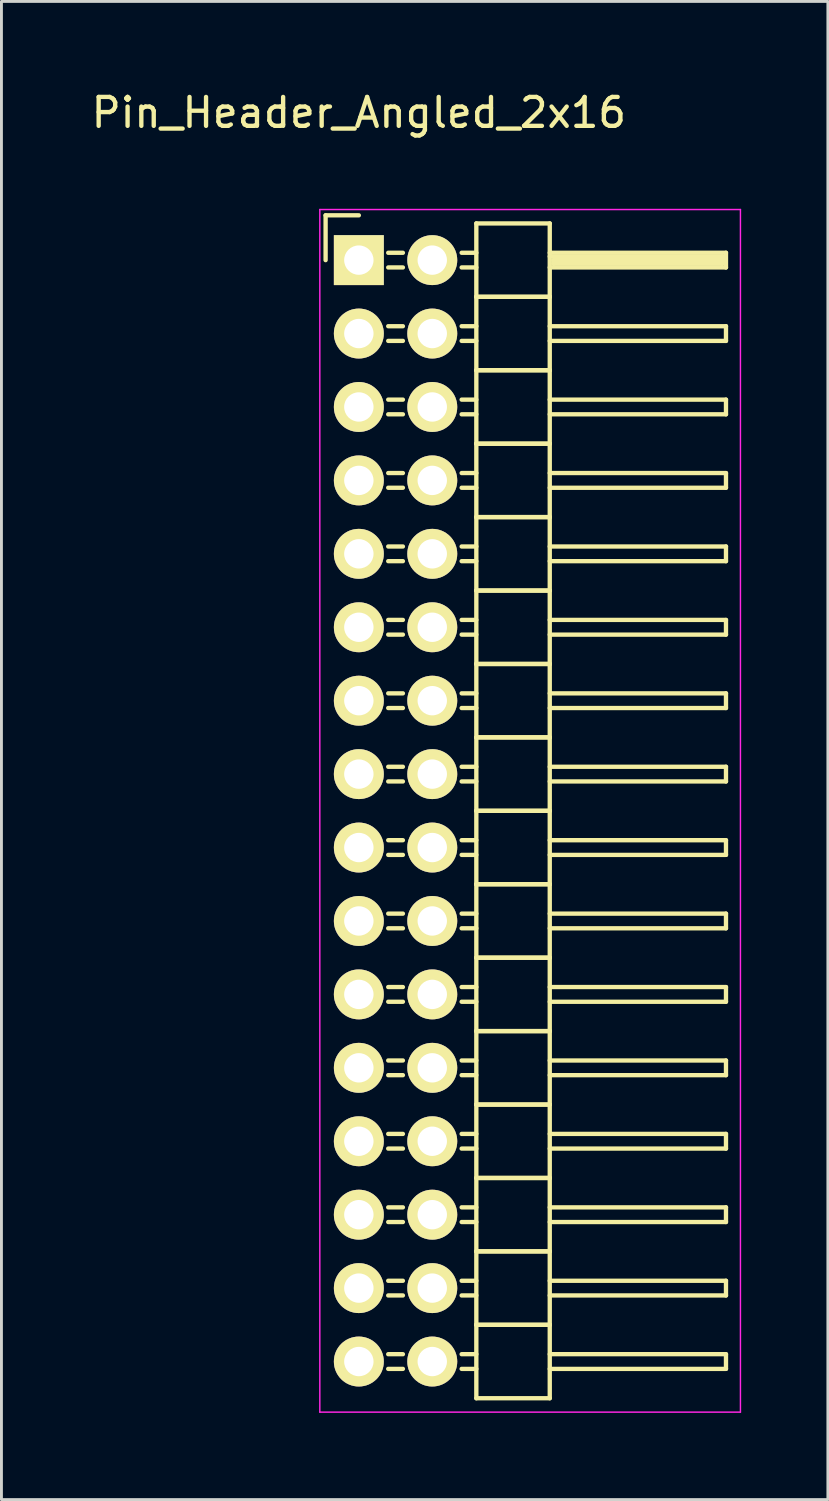
<source format=kicad_pcb>
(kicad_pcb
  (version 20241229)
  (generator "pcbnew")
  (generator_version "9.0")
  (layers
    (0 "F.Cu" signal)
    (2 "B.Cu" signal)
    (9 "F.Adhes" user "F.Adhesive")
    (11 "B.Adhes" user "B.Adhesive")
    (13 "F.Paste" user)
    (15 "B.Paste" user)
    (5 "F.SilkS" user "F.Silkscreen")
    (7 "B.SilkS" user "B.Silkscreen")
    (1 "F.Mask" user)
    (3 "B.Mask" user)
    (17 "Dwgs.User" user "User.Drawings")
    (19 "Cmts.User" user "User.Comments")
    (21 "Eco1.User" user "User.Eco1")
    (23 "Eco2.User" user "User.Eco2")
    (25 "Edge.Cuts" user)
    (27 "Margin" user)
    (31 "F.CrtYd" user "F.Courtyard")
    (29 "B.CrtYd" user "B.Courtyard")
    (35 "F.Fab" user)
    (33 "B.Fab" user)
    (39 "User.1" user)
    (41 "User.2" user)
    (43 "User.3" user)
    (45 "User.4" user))
  (footprint "Pin_Header_Angled_2x16"
    (layer "F.Cu")
    (at 9.363 5.948)
    (property "Reference" "Pin_Header_Angled_2x16" (at 0 -5.1 0) (layer "F.SilkS") (effects (font (size 1 1) (thickness 0.15))))
    (attr through_hole)
    (fp_line (start -1.15 -1.55) (end -1.15 0) (stroke (width 0.15) (type solid)) (layer "F.SilkS"))
    (fp_line (start 0 -1.55) (end -1.15 -1.55) (stroke (width 0.15) (type solid)) (layer "F.SilkS"))
    (fp_line (start 1.524 -0.254) (end 1.016 -0.254) (stroke (width 0.15) (type solid)) (layer "F.SilkS"))
    (fp_line (start 1.524 0.254) (end 1.016 0.254) (stroke (width 0.15) (type solid)) (layer "F.SilkS"))
    (fp_line (start 1.524 2.286) (end 1.016 2.286) (stroke (width 0.15) (type solid)) (layer "F.SilkS"))
    (fp_line (start 1.524 2.794) (end 1.016 2.794) (stroke (width 0.15) (type solid)) (layer "F.SilkS"))
    (fp_line (start 1.524 4.826) (end 1.016 4.826) (stroke (width 0.15) (type solid)) (layer "F.SilkS"))
    (fp_line (start 1.524 5.334) (end 1.016 5.334) (stroke (width 0.15) (type solid)) (layer "F.SilkS"))
    (fp_line (start 1.524 7.366) (end 1.016 7.366) (stroke (width 0.15) (type solid)) (layer "F.SilkS"))
    (fp_line (start 1.524 7.874) (end 1.016 7.874) (stroke (width 0.15) (type solid)) (layer "F.SilkS"))
    (fp_line (start 1.524 9.906) (end 1.016 9.906) (stroke (width 0.15) (type solid)) (layer "F.SilkS"))
    (fp_line (start 1.524 10.414) (end 1.016 10.414) (stroke (width 0.15) (type solid)) (layer "F.SilkS"))
    (fp_line (start 1.524 12.446) (end 1.016 12.446) (stroke (width 0.15) (type solid)) (layer "F.SilkS"))
    (fp_line (start 1.524 12.954) (end 1.016 12.954) (stroke (width 0.15) (type solid)) (layer "F.SilkS"))
    (fp_line (start 1.524 14.986) (end 1.016 14.986) (stroke (width 0.15) (type solid)) (layer "F.SilkS"))
    (fp_line (start 1.524 15.494) (end 1.016 15.494) (stroke (width 0.15) (type solid)) (layer "F.SilkS"))
    (fp_line (start 1.524 17.526) (end 1.016 17.526) (stroke (width 0.15) (type solid)) (layer "F.SilkS"))
    (fp_line (start 1.524 18.034) (end 1.016 18.034) (stroke (width 0.15) (type solid)) (layer "F.SilkS"))
    (fp_line (start 1.524 20.066) (end 1.016 20.066) (stroke (width 0.15) (type solid)) (layer "F.SilkS"))
    (fp_line (start 1.524 20.574) (end 1.016 20.574) (stroke (width 0.15) (type solid)) (layer "F.SilkS"))
    (fp_line (start 1.524 22.606) (end 1.016 22.606) (stroke (width 0.15) (type solid)) (layer "F.SilkS"))
    (fp_line (start 1.524 23.114) (end 1.016 23.114) (stroke (width 0.15) (type solid)) (layer "F.SilkS"))
    (fp_line (start 1.524 25.146) (end 1.016 25.146) (stroke (width 0.15) (type solid)) (layer "F.SilkS"))
    (fp_line (start 1.524 25.654) (end 1.016 25.654) (stroke (width 0.15) (type solid)) (layer "F.SilkS"))
    (fp_line (start 1.524 27.686) (end 1.016 27.686) (stroke (width 0.15) (type solid)) (layer "F.SilkS"))
    (fp_line (start 1.524 28.194) (end 1.016 28.194) (stroke (width 0.15) (type solid)) (layer "F.SilkS"))
    (fp_line (start 1.524 30.226) (end 1.016 30.226) (stroke (width 0.15) (type solid)) (layer "F.SilkS"))
    (fp_line (start 1.524 30.734) (end 1.016 30.734) (stroke (width 0.15) (type solid)) (layer "F.SilkS"))
    (fp_line (start 1.524 32.766) (end 1.016 32.766) (stroke (width 0.15) (type solid)) (layer "F.SilkS"))
    (fp_line (start 1.524 33.274) (end 1.016 33.274) (stroke (width 0.15) (type solid)) (layer "F.SilkS"))
    (fp_line (start 1.524 35.306) (end 1.016 35.306) (stroke (width 0.15) (type solid)) (layer "F.SilkS"))
    (fp_line (start 1.524 35.814) (end 1.016 35.814) (stroke (width 0.15) (type solid)) (layer "F.SilkS"))
    (fp_line (start 1.524 37.846) (end 1.016 37.846) (stroke (width 0.15) (type solid)) (layer "F.SilkS"))
    (fp_line (start 1.524 38.354) (end 1.016 38.354) (stroke (width 0.15) (type solid)) (layer "F.SilkS"))
    (fp_line (start 4.064 -1.27) (end 4.064 1.27) (stroke (width 0.15) (type solid)) (layer "F.SilkS"))
    (fp_line (start 4.064 -1.27) (end 6.604 -1.27) (stroke (width 0.15) (type solid)) (layer "F.SilkS"))
    (fp_line (start 4.064 -0.254) (end 3.556 -0.254) (stroke (width 0.15) (type solid)) (layer "F.SilkS"))
    (fp_line (start 4.064 0.254) (end 3.556 0.254) (stroke (width 0.15) (type solid)) (layer "F.SilkS"))
    (fp_line (start 4.064 1.27) (end 4.064 3.81) (stroke (width 0.15) (type solid)) (layer "F.SilkS"))
    (fp_line (start 4.064 1.27) (end 6.604 1.27) (stroke (width 0.15) (type solid)) (layer "F.SilkS"))
    (fp_line (start 4.064 1.27) (end 6.604 1.27) (stroke (width 0.15) (type solid)) (layer "F.SilkS"))
    (fp_line (start 4.064 2.286) (end 3.556 2.286) (stroke (width 0.15) (type solid)) (layer "F.SilkS"))
    (fp_line (start 4.064 2.794) (end 3.556 2.794) (stroke (width 0.15) (type solid)) (layer "F.SilkS"))
    (fp_line (start 4.064 3.81) (end 4.064 6.35) (stroke (width 0.15) (type solid)) (layer "F.SilkS"))
    (fp_line (start 4.064 3.81) (end 6.604 3.81) (stroke (width 0.15) (type solid)) (layer "F.SilkS"))
    (fp_line (start 4.064 3.81) (end 6.604 3.81) (stroke (width 0.15) (type solid)) (layer "F.SilkS"))
    (fp_line (start 4.064 4.826) (end 3.556 4.826) (stroke (width 0.15) (type solid)) (layer "F.SilkS"))
    (fp_line (start 4.064 5.334) (end 3.556 5.334) (stroke (width 0.15) (type solid)) (layer "F.SilkS"))
    (fp_line (start 4.064 6.35) (end 4.064 8.89) (stroke (width 0.15) (type solid)) (layer "F.SilkS"))
    (fp_line (start 4.064 6.35) (end 6.604 6.35) (stroke (width 0.15) (type solid)) (layer "F.SilkS"))
    (fp_line (start 4.064 6.35) (end 6.604 6.35) (stroke (width 0.15) (type solid)) (layer "F.SilkS"))
    (fp_line (start 4.064 7.366) (end 3.556 7.366) (stroke (width 0.15) (type solid)) (layer "F.SilkS"))
    (fp_line (start 4.064 7.874) (end 3.556 7.874) (stroke (width 0.15) (type solid)) (layer "F.SilkS"))
    (fp_line (start 4.064 8.89) (end 4.064 11.43) (stroke (width 0.15) (type solid)) (layer "F.SilkS"))
    (fp_line (start 4.064 8.89) (end 6.604 8.89) (stroke (width 0.15) (type solid)) (layer "F.SilkS"))
    (fp_line (start 4.064 8.89) (end 6.604 8.89) (stroke (width 0.15) (type solid)) (layer "F.SilkS"))
    (fp_line (start 4.064 9.906) (end 3.556 9.906) (stroke (width 0.15) (type solid)) (layer "F.SilkS"))
    (fp_line (start 4.064 10.414) (end 3.556 10.414) (stroke (width 0.15) (type solid)) (layer "F.SilkS"))
    (fp_line (start 4.064 11.43) (end 4.064 13.97) (stroke (width 0.15) (type solid)) (layer "F.SilkS"))
    (fp_line (start 4.064 11.43) (end 6.604 11.43) (stroke (width 0.15) (type solid)) (layer "F.SilkS"))
    (fp_line (start 4.064 11.43) (end 6.604 11.43) (stroke (width 0.15) (type solid)) (layer "F.SilkS"))
    (fp_line (start 4.064 12.446) (end 3.556 12.446) (stroke (width 0.15) (type solid)) (layer "F.SilkS"))
    (fp_line (start 4.064 12.954) (end 3.556 12.954) (stroke (width 0.15) (type solid)) (layer "F.SilkS"))
    (fp_line (start 4.064 13.97) (end 4.064 16.51) (stroke (width 0.15) (type solid)) (layer "F.SilkS"))
    (fp_line (start 4.064 13.97) (end 6.604 13.97) (stroke (width 0.15) (type solid)) (layer "F.SilkS"))
    (fp_line (start 4.064 13.97) (end 6.604 13.97) (stroke (width 0.15) (type solid)) (layer "F.SilkS"))
    (fp_line (start 4.064 14.986) (end 3.556 14.986) (stroke (width 0.15) (type solid)) (layer "F.SilkS"))
    (fp_line (start 4.064 15.494) (end 3.556 15.494) (stroke (width 0.15) (type solid)) (layer "F.SilkS"))
    (fp_line (start 4.064 16.51) (end 4.064 19.05) (stroke (width 0.15) (type solid)) (layer "F.SilkS"))
    (fp_line (start 4.064 16.51) (end 6.604 16.51) (stroke (width 0.15) (type solid)) (layer "F.SilkS"))
    (fp_line (start 4.064 16.51) (end 6.604 16.51) (stroke (width 0.15) (type solid)) (layer "F.SilkS"))
    (fp_line (start 4.064 17.526) (end 3.556 17.526) (stroke (width 0.15) (type solid)) (layer "F.SilkS"))
    (fp_line (start 4.064 18.034) (end 3.556 18.034) (stroke (width 0.15) (type solid)) (layer "F.SilkS"))
    (fp_line (start 4.064 19.05) (end 4.064 21.59) (stroke (width 0.15) (type solid)) (layer "F.SilkS"))
    (fp_line (start 4.064 19.05) (end 6.604 19.05) (stroke (width 0.15) (type solid)) (layer "F.SilkS"))
    (fp_line (start 4.064 19.05) (end 6.604 19.05) (stroke (width 0.15) (type solid)) (layer "F.SilkS"))
    (fp_line (start 4.064 20.066) (end 3.556 20.066) (stroke (width 0.15) (type solid)) (layer "F.SilkS"))
    (fp_line (start 4.064 20.574) (end 3.556 20.574) (stroke (width 0.15) (type solid)) (layer "F.SilkS"))
    (fp_line (start 4.064 21.59) (end 4.064 24.13) (stroke (width 0.15) (type solid)) (layer "F.SilkS"))
    (fp_line (start 4.064 21.59) (end 6.604 21.59) (stroke (width 0.15) (type solid)) (layer "F.SilkS"))
    (fp_line (start 4.064 21.59) (end 6.604 21.59) (stroke (width 0.15) (type solid)) (layer "F.SilkS"))
    (fp_line (start 4.064 22.606) (end 3.556 22.606) (stroke (width 0.15) (type solid)) (layer "F.SilkS"))
    (fp_line (start 4.064 23.114) (end 3.556 23.114) (stroke (width 0.15) (type solid)) (layer "F.SilkS"))
    (fp_line (start 4.064 24.13) (end 4.064 26.67) (stroke (width 0.15) (type solid)) (layer "F.SilkS"))
    (fp_line (start 4.064 24.13) (end 6.604 24.13) (stroke (width 0.15) (type solid)) (layer "F.SilkS"))
    (fp_line (start 4.064 24.13) (end 6.604 24.13) (stroke (width 0.15) (type solid)) (layer "F.SilkS"))
    (fp_line (start 4.064 25.146) (end 3.556 25.146) (stroke (width 0.15) (type solid)) (layer "F.SilkS"))
    (fp_line (start 4.064 25.654) (end 3.556 25.654) (stroke (width 0.15) (type solid)) (layer "F.SilkS"))
    (fp_line (start 4.064 26.67) (end 4.064 29.21) (stroke (width 0.15) (type solid)) (layer "F.SilkS"))
    (fp_line (start 4.064 26.67) (end 6.604 26.67) (stroke (width 0.15) (type solid)) (layer "F.SilkS"))
    (fp_line (start 4.064 26.67) (end 6.604 26.67) (stroke (width 0.15) (type solid)) (layer "F.SilkS"))
    (fp_line (start 4.064 27.686) (end 3.556 27.686) (stroke (width 0.15) (type solid)) (layer "F.SilkS"))
    (fp_line (start 4.064 28.194) (end 3.556 28.194) (stroke (width 0.15) (type solid)) (layer "F.SilkS"))
    (fp_line (start 4.064 29.21) (end 4.064 31.75) (stroke (width 0.15) (type solid)) (layer "F.SilkS"))
    (fp_line (start 4.064 29.21) (end 6.604 29.21) (stroke (width 0.15) (type solid)) (layer "F.SilkS"))
    (fp_line (start 4.064 29.21) (end 6.604 29.21) (stroke (width 0.15) (type solid)) (layer "F.SilkS"))
    (fp_line (start 4.064 30.226) (end 3.556 30.226) (stroke (width 0.15) (type solid)) (layer "F.SilkS"))
    (fp_line (start 4.064 30.734) (end 3.556 30.734) (stroke (width 0.15) (type solid)) (layer "F.SilkS"))
    (fp_line (start 4.064 31.75) (end 4.064 34.29) (stroke (width 0.15) (type solid)) (layer "F.SilkS"))
    (fp_line (start 4.064 31.75) (end 6.604 31.75) (stroke (width 0.15) (type solid)) (layer "F.SilkS"))
    (fp_line (start 4.064 31.75) (end 6.604 31.75) (stroke (width 0.15) (type solid)) (layer "F.SilkS"))
    (fp_line (start 4.064 32.766) (end 3.556 32.766) (stroke (width 0.15) (type solid)) (layer "F.SilkS"))
    (fp_line (start 4.064 33.274) (end 3.556 33.274) (stroke (width 0.15) (type solid)) (layer "F.SilkS"))
    (fp_line (start 4.064 34.29) (end 4.064 36.83) (stroke (width 0.15) (type solid)) (layer "F.SilkS"))
    (fp_line (start 4.064 34.29) (end 6.604 34.29) (stroke (width 0.15) (type solid)) (layer "F.SilkS"))
    (fp_line (start 4.064 34.29) (end 6.604 34.29) (stroke (width 0.15) (type solid)) (layer "F.SilkS"))
    (fp_line (start 4.064 35.306) (end 3.556 35.306) (stroke (width 0.15) (type solid)) (layer "F.SilkS"))
    (fp_line (start 4.064 35.814) (end 3.556 35.814) (stroke (width 0.15) (type solid)) (layer "F.SilkS"))
    (fp_line (start 4.064 36.83) (end 4.064 39.37) (stroke (width 0.15) (type solid)) (layer "F.SilkS"))
    (fp_line (start 4.064 36.83) (end 6.604 36.83) (stroke (width 0.15) (type solid)) (layer "F.SilkS"))
    (fp_line (start 4.064 36.83) (end 6.604 36.83) (stroke (width 0.15) (type solid)) (layer "F.SilkS"))
    (fp_line (start 4.064 37.846) (end 3.556 37.846) (stroke (width 0.15) (type solid)) (layer "F.SilkS"))
    (fp_line (start 4.064 38.354) (end 3.556 38.354) (stroke (width 0.15) (type solid)) (layer "F.SilkS"))
    (fp_line (start 4.064 39.37) (end 6.604 39.37) (stroke (width 0.15) (type solid)) (layer "F.SilkS"))
    (fp_line (start 6.604 -0.254) (end 12.7 -0.254) (stroke (width 0.15) (type solid)) (layer "F.SilkS"))
    (fp_line (start 6.604 -0.127) (end 12.573 -0.127) (stroke (width 0.15) (type solid)) (layer "F.SilkS"))
    (fp_line (start 6.604 1.27) (end 6.604 -1.27) (stroke (width 0.15) (type solid)) (layer "F.SilkS"))
    (fp_line (start 6.604 2.286) (end 12.7 2.286) (stroke (width 0.15) (type solid)) (layer "F.SilkS"))
    (fp_line (start 6.604 3.81) (end 6.604 1.27) (stroke (width 0.15) (type solid)) (layer "F.SilkS"))
    (fp_line (start 6.604 4.826) (end 12.7 4.826) (stroke (width 0.15) (type solid)) (layer "F.SilkS"))
    (fp_line (start 6.604 6.35) (end 6.604 3.81) (stroke (width 0.15) (type solid)) (layer "F.SilkS"))
    (fp_line (start 6.604 7.366) (end 12.7 7.366) (stroke (width 0.15) (type solid)) (layer "F.SilkS"))
    (fp_line (start 6.604 8.89) (end 6.604 6.35) (stroke (width 0.15) (type solid)) (layer "F.SilkS"))
    (fp_line (start 6.604 9.906) (end 12.7 9.906) (stroke (width 0.15) (type solid)) (layer "F.SilkS"))
    (fp_line (start 6.604 11.43) (end 6.604 8.89) (stroke (width 0.15) (type solid)) (layer "F.SilkS"))
    (fp_line (start 6.604 12.446) (end 12.7 12.446) (stroke (width 0.15) (type solid)) (layer "F.SilkS"))
    (fp_line (start 6.604 13.97) (end 6.604 11.43) (stroke (width 0.15) (type solid)) (layer "F.SilkS"))
    (fp_line (start 6.604 14.986) (end 12.7 14.986) (stroke (width 0.15) (type solid)) (layer "F.SilkS"))
    (fp_line (start 6.604 16.51) (end 6.604 13.97) (stroke (width 0.15) (type solid)) (layer "F.SilkS"))
    (fp_line (start 6.604 17.526) (end 12.7 17.526) (stroke (width 0.15) (type solid)) (layer "F.SilkS"))
    (fp_line (start 6.604 19.05) (end 6.604 16.51) (stroke (width 0.15) (type solid)) (layer "F.SilkS"))
    (fp_line (start 6.604 20.066) (end 12.7 20.066) (stroke (width 0.15) (type solid)) (layer "F.SilkS"))
    (fp_line (start 6.604 21.59) (end 6.604 19.05) (stroke (width 0.15) (type solid)) (layer "F.SilkS"))
    (fp_line (start 6.604 22.606) (end 12.7 22.606) (stroke (width 0.15) (type solid)) (layer "F.SilkS"))
    (fp_line (start 6.604 24.13) (end 6.604 21.59) (stroke (width 0.15) (type solid)) (layer "F.SilkS"))
    (fp_line (start 6.604 25.146) (end 12.7 25.146) (stroke (width 0.15) (type solid)) (layer "F.SilkS"))
    (fp_line (start 6.604 26.67) (end 6.604 24.13) (stroke (width 0.15) (type solid)) (layer "F.SilkS"))
    (fp_line (start 6.604 27.686) (end 12.7 27.686) (stroke (width 0.15) (type solid)) (layer "F.SilkS"))
    (fp_line (start 6.604 29.21) (end 6.604 26.67) (stroke (width 0.15) (type solid)) (layer "F.SilkS"))
    (fp_line (start 6.604 30.226) (end 12.7 30.226) (stroke (width 0.15) (type solid)) (layer "F.SilkS"))
    (fp_line (start 6.604 31.75) (end 6.604 29.21) (stroke (width 0.15) (type solid)) (layer "F.SilkS"))
    (fp_line (start 6.604 32.766) (end 12.7 32.766) (stroke (width 0.15) (type solid)) (layer "F.SilkS"))
    (fp_line (start 6.604 34.29) (end 6.604 31.75) (stroke (width 0.15) (type solid)) (layer "F.SilkS"))
    (fp_line (start 6.604 35.306) (end 12.7 35.306) (stroke (width 0.15) (type solid)) (layer "F.SilkS"))
    (fp_line (start 6.604 36.83) (end 6.604 34.29) (stroke (width 0.15) (type solid)) (layer "F.SilkS"))
    (fp_line (start 6.604 37.846) (end 12.7 37.846) (stroke (width 0.15) (type solid)) (layer "F.SilkS"))
    (fp_line (start 6.604 39.37) (end 6.604 36.83) (stroke (width 0.15) (type solid)) (layer "F.SilkS"))
    (fp_line (start 6.731 0) (end 12.573 0) (stroke (width 0.15) (type solid)) (layer "F.SilkS"))
    (fp_line (start 6.731 0.127) (end 6.731 0) (stroke (width 0.15) (type solid)) (layer "F.SilkS"))
    (fp_line (start 12.573 -0.127) (end 12.573 0.127) (stroke (width 0.15) (type solid)) (layer "F.SilkS"))
    (fp_line (start 12.573 0.127) (end 6.731 0.127) (stroke (width 0.15) (type solid)) (layer "F.SilkS"))
    (fp_line (start 12.7 -0.254) (end 12.7 0.254) (stroke (width 0.15) (type solid)) (layer "F.SilkS"))
    (fp_line (start 12.7 0.254) (end 6.604 0.254) (stroke (width 0.15) (type solid)) (layer "F.SilkS"))
    (fp_line (start 12.7 2.286) (end 12.7 2.794) (stroke (width 0.15) (type solid)) (layer "F.SilkS"))
    (fp_line (start 12.7 2.794) (end 6.604 2.794) (stroke (width 0.15) (type solid)) (layer "F.SilkS"))
    (fp_line (start 12.7 4.826) (end 12.7 5.334) (stroke (width 0.15) (type solid)) (layer "F.SilkS"))
    (fp_line (start 12.7 5.334) (end 6.604 5.334) (stroke (width 0.15) (type solid)) (layer "F.SilkS"))
    (fp_line (start 12.7 7.366) (end 12.7 7.874) (stroke (width 0.15) (type solid)) (layer "F.SilkS"))
    (fp_line (start 12.7 7.874) (end 6.604 7.874) (stroke (width 0.15) (type solid)) (layer "F.SilkS"))
    (fp_line (start 12.7 9.906) (end 12.7 10.414) (stroke (width 0.15) (type solid)) (layer "F.SilkS"))
    (fp_line (start 12.7 10.414) (end 6.604 10.414) (stroke (width 0.15) (type solid)) (layer "F.SilkS"))
    (fp_line (start 12.7 12.446) (end 12.7 12.954) (stroke (width 0.15) (type solid)) (layer "F.SilkS"))
    (fp_line (start 12.7 12.954) (end 6.604 12.954) (stroke (width 0.15) (type solid)) (layer "F.SilkS"))
    (fp_line (start 12.7 14.986) (end 12.7 15.494) (stroke (width 0.15) (type solid)) (layer "F.SilkS"))
    (fp_line (start 12.7 15.494) (end 6.604 15.494) (stroke (width 0.15) (type solid)) (layer "F.SilkS"))
    (fp_line (start 12.7 17.526) (end 12.7 18.034) (stroke (width 0.15) (type solid)) (layer "F.SilkS"))
    (fp_line (start 12.7 18.034) (end 6.604 18.034) (stroke (width 0.15) (type solid)) (layer "F.SilkS"))
    (fp_line (start 12.7 20.066) (end 12.7 20.574) (stroke (width 0.15) (type solid)) (layer "F.SilkS"))
    (fp_line (start 12.7 20.574) (end 6.604 20.574) (stroke (width 0.15) (type solid)) (layer "F.SilkS"))
    (fp_line (start 12.7 22.606) (end 12.7 23.114) (stroke (width 0.15) (type solid)) (layer "F.SilkS"))
    (fp_line (start 12.7 23.114) (end 6.604 23.114) (stroke (width 0.15) (type solid)) (layer "F.SilkS"))
    (fp_line (start 12.7 25.146) (end 12.7 25.654) (stroke (width 0.15) (type solid)) (layer "F.SilkS"))
    (fp_line (start 12.7 25.654) (end 6.604 25.654) (stroke (width 0.15) (type solid)) (layer "F.SilkS"))
    (fp_line (start 12.7 27.686) (end 12.7 28.194) (stroke (width 0.15) (type solid)) (layer "F.SilkS"))
    (fp_line (start 12.7 28.194) (end 6.604 28.194) (stroke (width 0.15) (type solid)) (layer "F.SilkS"))
    (fp_line (start 12.7 30.226) (end 12.7 30.734) (stroke (width 0.15) (type solid)) (layer "F.SilkS"))
    (fp_line (start 12.7 30.734) (end 6.604 30.734) (stroke (width 0.15) (type solid)) (layer "F.SilkS"))
    (fp_line (start 12.7 32.766) (end 12.7 33.274) (stroke (width 0.15) (type solid)) (layer "F.SilkS"))
    (fp_line (start 12.7 33.274) (end 6.604 33.274) (stroke (width 0.15) (type solid)) (layer "F.SilkS"))
    (fp_line (start 12.7 35.306) (end 12.7 35.814) (stroke (width 0.15) (type solid)) (layer "F.SilkS"))
    (fp_line (start 12.7 35.814) (end 6.604 35.814) (stroke (width 0.15) (type solid)) (layer "F.SilkS"))
    (fp_line (start 12.7 37.846) (end 12.7 38.354) (stroke (width 0.15) (type solid)) (layer "F.SilkS"))
    (fp_line (start 12.7 38.354) (end 6.604 38.354) (stroke (width 0.15) (type solid)) (layer "F.SilkS"))
    (fp_line (start -1.35 -1.75) (end -1.35 39.85) (stroke (width 0.05) (type solid)) (layer "F.CrtYd"))
    (fp_line (start -1.35 -1.75) (end 13.2 -1.75) (stroke (width 0.05) (type solid)) (layer "F.CrtYd"))
    (fp_line (start -1.35 39.85) (end 13.2 39.85) (stroke (width 0.05) (type solid)) (layer "F.CrtYd"))
    (fp_line (start 13.2 -1.75) (end 13.2 39.85) (stroke (width 0.05) (type solid)) (layer "F.CrtYd"))
    (pad "1" thru_hole rect (at 0 0) (size 1.727 1.727) (drill 1.016) (layers "*.Cu" "*.Mask" "F.SilkS"))
    (pad "2" thru_hole oval (at 2.54 0) (size 1.727 1.727) (drill 1.016) (layers "*.Cu" "*.Mask" "F.SilkS"))
    (pad "3" thru_hole oval (at 0 2.54) (size 1.727 1.727) (drill 1.016) (layers "*.Cu" "*.Mask" "F.SilkS"))
    (pad "4" thru_hole oval (at 2.54 2.54) (size 1.727 1.727) (drill 1.016) (layers "*.Cu" "*.Mask" "F.SilkS"))
    (pad "5" thru_hole oval (at 0 5.08) (size 1.727 1.727) (drill 1.016) (layers "*.Cu" "*.Mask" "F.SilkS"))
    (pad "6" thru_hole oval (at 2.54 5.08) (size 1.727 1.727) (drill 1.016) (layers "*.Cu" "*.Mask" "F.SilkS"))
    (pad "7" thru_hole oval (at 0 7.62) (size 1.727 1.727) (drill 1.016) (layers "*.Cu" "*.Mask" "F.SilkS"))
    (pad "8" thru_hole oval (at 2.54 7.62) (size 1.727 1.727) (drill 1.016) (layers "*.Cu" "*.Mask" "F.SilkS"))
    (pad "9" thru_hole oval (at 0 10.16) (size 1.727 1.727) (drill 1.016) (layers "*.Cu" "*.Mask" "F.SilkS"))
    (pad "10" thru_hole oval (at 2.54 10.16) (size 1.727 1.727) (drill 1.016) (layers "*.Cu" "*.Mask" "F.SilkS"))
    (pad "11" thru_hole oval (at 0 12.7) (size 1.727 1.727) (drill 1.016) (layers "*.Cu" "*.Mask" "F.SilkS"))
    (pad "12" thru_hole oval (at 2.54 12.7) (size 1.727 1.727) (drill 1.016) (layers "*.Cu" "*.Mask" "F.SilkS"))
    (pad "13" thru_hole oval (at 0 15.24) (size 1.727 1.727) (drill 1.016) (layers "*.Cu" "*.Mask" "F.SilkS"))
    (pad "14" thru_hole oval (at 2.54 15.24) (size 1.727 1.727) (drill 1.016) (layers "*.Cu" "*.Mask" "F.SilkS"))
    (pad "15" thru_hole oval (at 0 17.78) (size 1.727 1.727) (drill 1.016) (layers "*.Cu" "*.Mask" "F.SilkS"))
    (pad "16" thru_hole oval (at 2.54 17.78) (size 1.727 1.727) (drill 1.016) (layers "*.Cu" "*.Mask" "F.SilkS"))
    (pad "17" thru_hole oval (at 0 20.32) (size 1.727 1.727) (drill 1.016) (layers "*.Cu" "*.Mask" "F.SilkS"))
    (pad "18" thru_hole oval (at 2.54 20.32) (size 1.727 1.727) (drill 1.016) (layers "*.Cu" "*.Mask" "F.SilkS"))
    (pad "19" thru_hole oval (at 0 22.86) (size 1.727 1.727) (drill 1.016) (layers "*.Cu" "*.Mask" "F.SilkS"))
    (pad "20" thru_hole oval (at 2.54 22.86) (size 1.727 1.727) (drill 1.016) (layers "*.Cu" "*.Mask" "F.SilkS"))
    (pad "21" thru_hole oval (at 0 25.4) (size 1.727 1.727) (drill 1.016) (layers "*.Cu" "*.Mask" "F.SilkS"))
    (pad "22" thru_hole oval (at 2.54 25.4) (size 1.727 1.727) (drill 1.016) (layers "*.Cu" "*.Mask" "F.SilkS"))
    (pad "23" thru_hole oval (at 0 27.94) (size 1.727 1.727) (drill 1.016) (layers "*.Cu" "*.Mask" "F.SilkS"))
    (pad "24" thru_hole oval (at 2.54 27.94) (size 1.727 1.727) (drill 1.016) (layers "*.Cu" "*.Mask" "F.SilkS"))
    (pad "25" thru_hole oval (at 0 30.48) (size 1.727 1.727) (drill 1.016) (layers "*.Cu" "*.Mask" "F.SilkS"))
    (pad "26" thru_hole oval (at 2.54 30.48) (size 1.727 1.727) (drill 1.016) (layers "*.Cu" "*.Mask" "F.SilkS"))
    (pad "27" thru_hole oval (at 0 33.02) (size 1.727 1.727) (drill 1.016) (layers "*.Cu" "*.Mask" "F.SilkS"))
    (pad "28" thru_hole oval (at 2.54 33.02) (size 1.727 1.727) (drill 1.016) (layers "*.Cu" "*.Mask" "F.SilkS"))
    (pad "29" thru_hole oval (at 0 35.56) (size 1.727 1.727) (drill 1.016) (layers "*.Cu" "*.Mask" "F.SilkS"))
    (pad "30" thru_hole oval (at 2.54 35.56) (size 1.727 1.727) (drill 1.016) (layers "*.Cu" "*.Mask" "F.SilkS"))
    (pad "31" thru_hole oval (at 0 38.1) (size 1.727 1.727) (drill 1.016) (layers "*.Cu" "*.Mask" "F.SilkS"))
    (pad "32" thru_hole oval (at 2.54 38.1) (size 1.727 1.727) (drill 1.016) (layers "*.Cu" "*.Mask" "F.SilkS")))
  (gr_rect
    (start -3 -3)
    (end 25.588 48.823)
    (stroke (width 0.1) (type default))
    (fill no)
    (layer "Edge.Cuts")))
</source>
